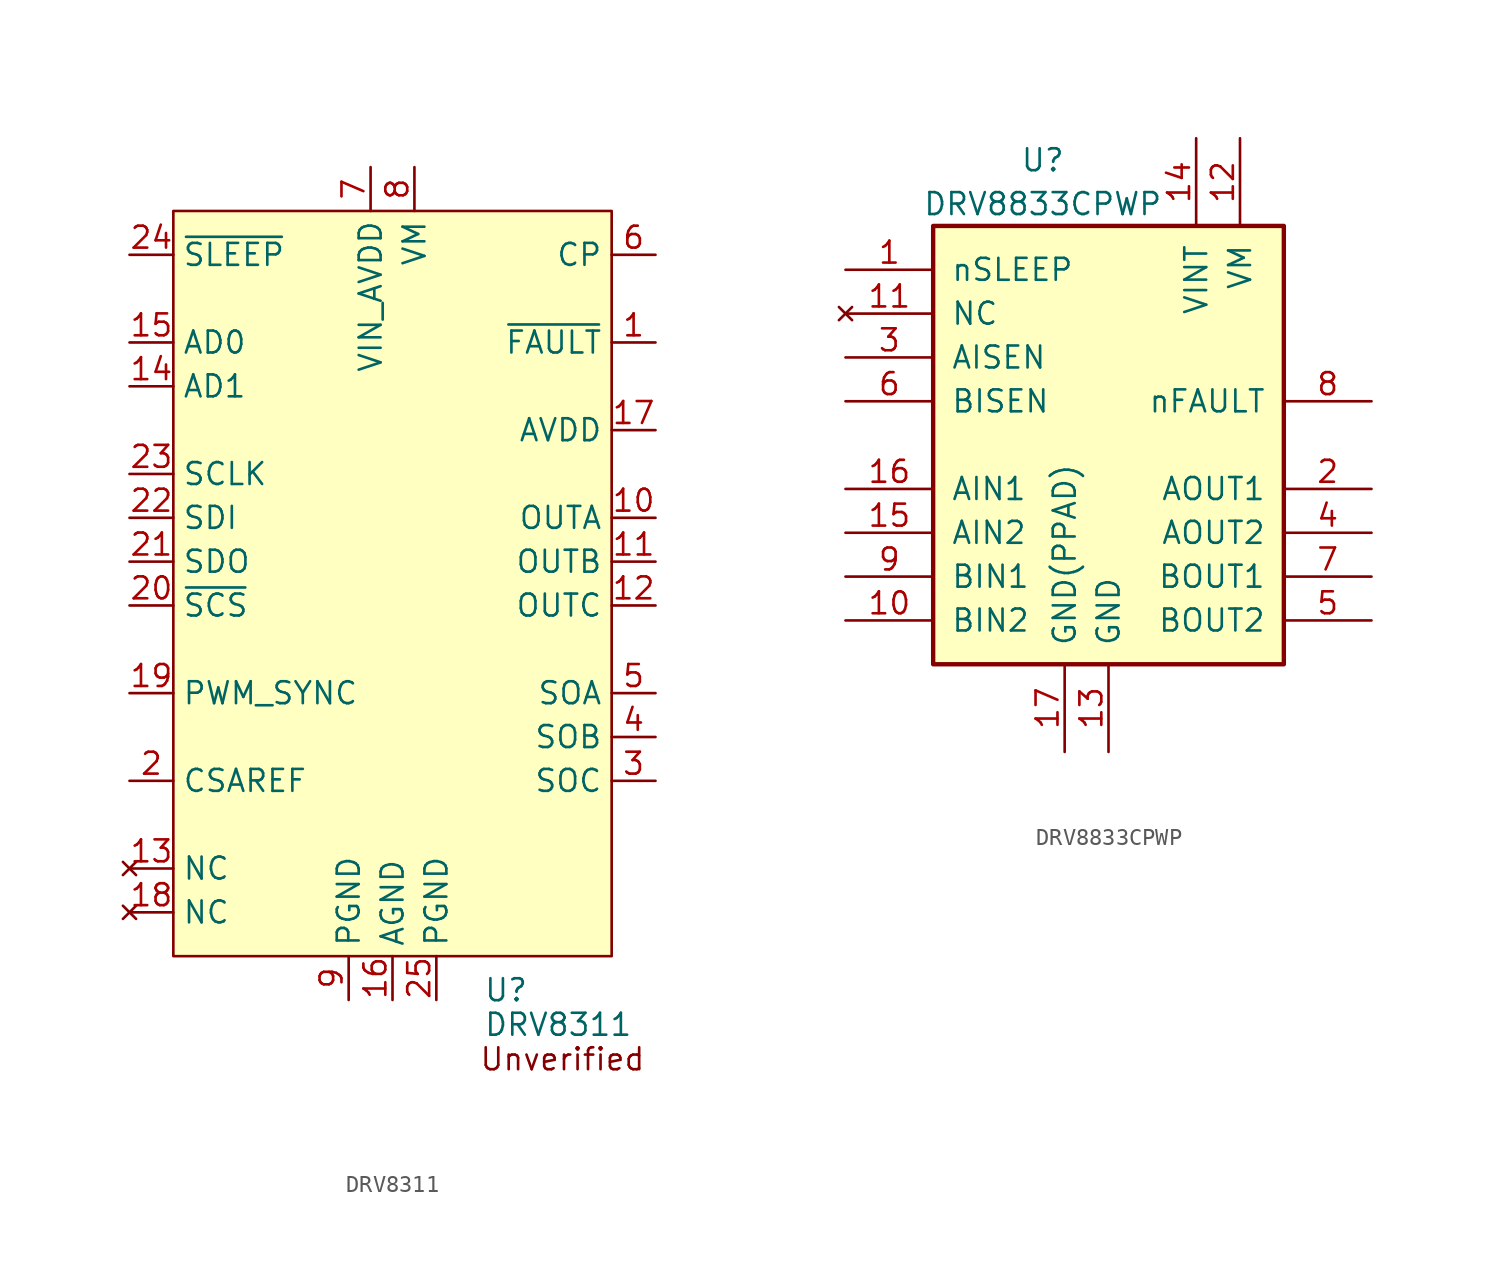
<source format=kicad_sym>
(kicad_symbol_lib
  (version 20211014)
  (generator kicad_symbol_editor)
  (symbol "DRV8311"
    (property "Reference" "U"
      (at 5.27 12 0)
      (effects (font (size 1.27 1.27)) (justify left)))
    (property "Value" "DRV8311"
      (at 5.27 10 0)
      (effects (font (size 1.27 1.27)) (justify left)))
    (symbol "DRV8311_0_0"
      (text "Unverified" (at 5 8 0) (effects (font (size 1.27 1.27)) (justify left)))
      (pin output line (at 15.24 49.53 180) (length 2.54) (name "~{FAULT}" (effects (font (size 1.27 1.27)))) (number "1" (effects (font (size 1.27 1.27)))))
      (pin power_out line (at 15.24 39.37 180) (length 2.54) (name "OUTA" (effects (font (size 1.27 1.27)))) (number "10" (effects (font (size 1.27 1.27)))))
      (pin power_out line (at 15.24 36.83 180) (length 2.54) (name "OUTB" (effects (font (size 1.27 1.27)))) (number "11" (effects (font (size 1.27 1.27)))))
      (pin power_out line (at 15.24 34.29 180) (length 2.54) (name "OUTC" (effects (font (size 1.27 1.27)))) (number "12" (effects (font (size 1.27 1.27)))))
      (pin no_connect line (at -15.24 19.05 0) (length 2.54) (name "NC" (effects (font (size 1.27 1.27)))) (number "13" (effects (font (size 1.27 1.27)))))
      (pin input line (at -15.24 46.99 0) (length 2.54) (name "AD1" (effects (font (size 1.27 1.27)))) (number "14" (effects (font (size 1.27 1.27)))))
      (pin input line (at -15.24 49.53 0) (length 2.54) (name "AD0" (effects (font (size 1.27 1.27)))) (number "15" (effects (font (size 1.27 1.27)))))
      (pin input line (at 0 11.43 90) (length 2.54) (name "AGND" (effects (font (size 1.27 1.27)))) (number "16" (effects (font (size 1.27 1.27)))))
      (pin power_out line (at 15.24 44.45 180) (length 2.54) (name "AVDD" (effects (font (size 1.27 1.27)))) (number "17" (effects (font (size 1.27 1.27)))))
      (pin no_connect line (at -15.24 16.51 0) (length 2.54) (name "NC" (effects (font (size 1.27 1.27)))) (number "18" (effects (font (size 1.27 1.27)))))
      (pin input line (at -15.24 29.21 0) (length 2.54) (name "PWM_SYNC" (effects (font (size 1.27 1.27)))) (number "19" (effects (font (size 1.27 1.27)))))
      (pin input line (at -15.24 24.13 0) (length 2.54) (name "CSAREF" (effects (font (size 1.27 1.27)))) (number "2" (effects (font (size 1.27 1.27)))))
      (pin input line (at -15.24 34.29 0) (length 2.54) (name "~{SCS}" (effects (font (size 1.27 1.27)))) (number "20" (effects (font (size 1.27 1.27)))))
      (pin output line (at -15.24 36.83 0) (length 2.54) (name "SDO" (effects (font (size 1.27 1.27)))) (number "21" (effects (font (size 1.27 1.27)))))
      (pin input line (at -15.24 39.37 0) (length 2.54) (name "SDI" (effects (font (size 1.27 1.27)))) (number "22" (effects (font (size 1.27 1.27)))))
      (pin input line (at -15.24 41.91 0) (length 2.54) (name "SCLK" (effects (font (size 1.27 1.27)))) (number "23" (effects (font (size 1.27 1.27)))))
      (pin input line (at -15.24 54.61 0) (length 2.54) (name "~{SLEEP}" (effects (font (size 1.27 1.27)))) (number "24" (effects (font (size 1.27 1.27)))))
      (pin power_out line (at 2.54 11.43 90) (length 2.54) (name "PGND" (effects (font (size 1.27 1.27)))) (number "25" (effects (font (size 1.27 1.27)))))
      (pin output line (at 15.24 24.13 180) (length 2.54) (name "SOC" (effects (font (size 1.27 1.27)))) (number "3" (effects (font (size 1.27 1.27)))))
      (pin output line (at 15.24 26.67 180) (length 2.54) (name "SOB" (effects (font (size 1.27 1.27)))) (number "4" (effects (font (size 1.27 1.27)))))
      (pin output line (at 15.24 29.21 180) (length 2.54) (name "SOA" (effects (font (size 1.27 1.27)))) (number "5" (effects (font (size 1.27 1.27)))))
      (pin input line (at 15.24 54.61 180) (length 2.54) (name "CP" (effects (font (size 1.27 1.27)))) (number "6" (effects (font (size 1.27 1.27)))))
      (pin power_in line (at -1.27 59.69 270) (length 2.54) (name "VIN_AVDD" (effects (font (size 1.27 1.27)))) (number "7" (effects (font (size 1.27 1.27)))))
      (pin power_in line (at 1.27 59.69 270) (length 2.54) (name "VM" (effects (font (size 1.27 1.27)))) (number "8" (effects (font (size 1.27 1.27)))))
      (pin power_in line (at -2.54 11.43 90) (length 2.54) (name "PGND" (effects (font (size 1.27 1.27)))) (number "9" (effects (font (size 1.27 1.27))))))
    (symbol "DRV8311_0_1"
      (rectangle (start -12.7 57.15) (end 12.7 13.97) (stroke (width 0) (type default) (color 0 0 0 0)) (fill (type background)))))
  (symbol "DRV8833CPWP"
    (pin_names
      (offset 1.016))
    (property "Reference" "U"
      (at -3.81 16.51 0)
      (effects (font (size 1.27 1.27))))
    (property "Value" "DRV8833CPWP"
      (at -3.81 13.97 0)
      (effects (font (size 1.27 1.27))))
    (symbol "DRV8833CPWP_0_1"
      (rectangle (start -10.16 12.7) (end 10.16 -12.7) (stroke (width 0.254) (type default) (color 0 0 0 0)) (fill (type background))))
    (symbol "DRV8833CPWP_1_1"
      (pin input line (at -15.24 10.16 0) (length 5.08) (name "nSLEEP" (effects (font (size 1.27 1.27)))) (number "1" (effects (font (size 1.27 1.27)))))
      (pin input line (at -15.24 -10.16 0) (length 5.08) (name "BIN2" (effects (font (size 1.27 1.27)))) (number "10" (effects (font (size 1.27 1.27)))))
      (pin no_connect line (at -15.24 7.62 0) (length 5.08) (name "NC" (effects (font (size 1.27 1.27)))) (number "11" (effects (font (size 1.27 1.27)))))
      (pin power_in line (at 7.62 17.78 270) (length 5.08) (name "VM" (effects (font (size 1.27 1.27)))) (number "12" (effects (font (size 1.27 1.27)))))
      (pin power_in line (at 0 -17.78 90) (length 5.08) (name "GND" (effects (font (size 1.27 1.27)))) (number "13" (effects (font (size 1.27 1.27)))))
      (pin power_in line (at 5.08 17.78 270) (length 5.08) (name "VINT" (effects (font (size 1.27 1.27)))) (number "14" (effects (font (size 1.27 1.27)))))
      (pin input line (at -15.24 -5.08 0) (length 5.08) (name "AIN2" (effects (font (size 1.27 1.27)))) (number "15" (effects (font (size 1.27 1.27)))))
      (pin input line (at -15.24 -2.54 0) (length 5.08) (name "AIN1" (effects (font (size 1.27 1.27)))) (number "16" (effects (font (size 1.27 1.27)))))
      (pin power_in line (at -2.54 -17.78 90) (length 5.08) (name "GND(PPAD)" (effects (font (size 1.27 1.27)))) (number "17" (effects (font (size 1.27 1.27)))))
      (pin power_out line (at 15.24 -2.54 180) (length 5.08) (name "AOUT1" (effects (font (size 1.27 1.27)))) (number "2" (effects (font (size 1.27 1.27)))))
      (pin bidirectional line (at -15.24 5.08 0) (length 5.08) (name "AISEN" (effects (font (size 1.27 1.27)))) (number "3" (effects (font (size 1.27 1.27)))))
      (pin power_out line (at 15.24 -5.08 180) (length 5.08) (name "AOUT2" (effects (font (size 1.27 1.27)))) (number "4" (effects (font (size 1.27 1.27)))))
      (pin power_out line (at 15.24 -10.16 180) (length 5.08) (name "BOUT2" (effects (font (size 1.27 1.27)))) (number "5" (effects (font (size 1.27 1.27)))))
      (pin bidirectional line (at -15.24 2.54 0) (length 5.08) (name "BISEN" (effects (font (size 1.27 1.27)))) (number "6" (effects (font (size 1.27 1.27)))))
      (pin power_out line (at 15.24 -7.62 180) (length 5.08) (name "BOUT1" (effects (font (size 1.27 1.27)))) (number "7" (effects (font (size 1.27 1.27)))))
      (pin open_collector line (at 15.24 2.54 180) (length 5.08) (name "nFAULT" (effects (font (size 1.27 1.27)))) (number "8" (effects (font (size 1.27 1.27)))))
      (pin input line (at -15.24 -7.62 0) (length 5.08) (name "BIN1" (effects (font (size 1.27 1.27)))) (number "9" (effects (font (size 1.27 1.27))))))))
</source>
